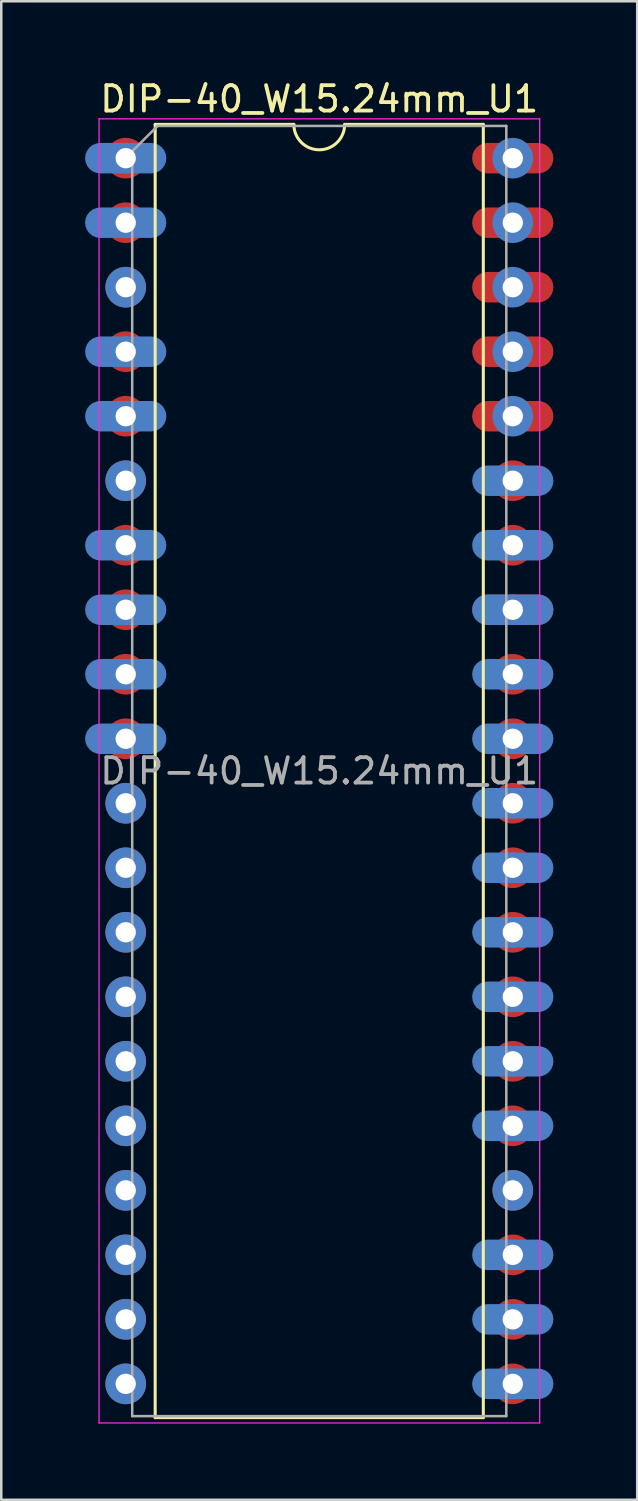
<source format=kicad_pcb>
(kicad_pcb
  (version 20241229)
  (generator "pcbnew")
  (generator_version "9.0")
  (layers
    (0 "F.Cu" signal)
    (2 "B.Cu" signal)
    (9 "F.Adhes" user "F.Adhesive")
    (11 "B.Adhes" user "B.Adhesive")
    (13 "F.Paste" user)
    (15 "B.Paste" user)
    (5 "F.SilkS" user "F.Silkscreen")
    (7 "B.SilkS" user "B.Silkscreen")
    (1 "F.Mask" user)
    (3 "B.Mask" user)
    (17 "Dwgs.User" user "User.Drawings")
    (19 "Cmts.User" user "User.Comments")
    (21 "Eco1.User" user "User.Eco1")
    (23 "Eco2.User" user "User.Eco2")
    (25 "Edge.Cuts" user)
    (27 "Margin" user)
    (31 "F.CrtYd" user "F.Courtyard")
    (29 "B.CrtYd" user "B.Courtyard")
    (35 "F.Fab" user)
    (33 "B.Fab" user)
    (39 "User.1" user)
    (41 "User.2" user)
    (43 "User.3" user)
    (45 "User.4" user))
  (footprint "DIP-40_W15.24mm_U1"
    (layer "F.Cu")
    (at 1.9 3.178)
    (property "Reference" "DIP-40_W15.24mm_U1" (at 7.62 -2.33 0) (layer "F.SilkS") (effects (font (size 1 1) (thickness 0.15))))
    (attr through_hole)
    (fp_rect (start 1.2 0) (end -1.2 48.26) (stroke (width 0) (type solid)) (fill yes) (layer "F.Mask"))
    (fp_rect (start 16.44 12.7) (end 14.04 15.24) (stroke (width 0) (type solid)) (fill yes) (layer "F.Mask"))
    (fp_rect (start 16.44 20.32) (end 14.04 48.26) (stroke (width 0) (type solid)) (fill yes) (layer "F.Mask"))
    (fp_rect (start 17.14 -0.8) (end 13.34 0.8) (stroke (width 0) (type solid)) (fill yes) (layer "F.Mask"))
    (fp_rect (start 17.14 1.74) (end 13.34 3.34) (stroke (width 0) (type solid)) (fill yes) (layer "F.Mask"))
    (fp_rect (start 17.14 4.28) (end 13.34 5.88) (stroke (width 0) (type solid)) (fill yes) (layer "F.Mask"))
    (fp_rect (start 17.14 6.82) (end 13.34 8.42) (stroke (width 0) (type solid)) (fill yes) (layer "F.Mask"))
    (fp_rect (start 17.14 9.36) (end 13.34 10.96) (stroke (width 0) (type solid)) (fill yes) (layer "F.Mask"))
    (fp_rect (start 17.14 16.98) (end 13.34 18.58) (stroke (width 0) (type solid)) (fill yes) (layer "F.Mask"))
    (fp_circle (center 0 0) (end 1.2 0) (stroke (width 0) (type solid)) (fill yes) (layer "F.Mask"))
    (fp_circle (center 0 48.26) (end 1.2 48.26) (stroke (width 0) (type solid)) (fill yes) (layer "F.Mask"))
    (fp_circle (center 15.24 12.7) (end 16.44 12.7) (stroke (width 0) (type solid)) (fill yes) (layer "F.Mask"))
    (fp_circle (center 15.24 15.24) (end 16.44 15.24) (stroke (width 0) (type solid)) (fill yes) (layer "F.Mask"))
    (fp_circle (center 15.24 20.32) (end 16.44 20.32) (stroke (width 0) (type solid)) (fill yes) (layer "F.Mask"))
    (fp_circle (center 15.24 48.26) (end 16.44 48.26) (stroke (width 0) (type solid)) (fill yes) (layer "F.Mask"))
    (fp_rect (start -1.9 -0.8) (end 1.9 0.8) (stroke (width 0) (type solid)) (fill yes) (layer "B.Mask"))
    (fp_rect (start -1.9 1.74) (end 1.9 3.34) (stroke (width 0) (type solid)) (fill yes) (layer "B.Mask"))
    (fp_rect (start -1.9 4.28) (end 1.9 5.88) (stroke (width 0) (type solid)) (fill yes) (layer "B.Mask"))
    (fp_rect (start -1.9 6.82) (end 1.9 8.42) (stroke (width 0) (type solid)) (fill yes) (layer "B.Mask"))
    (fp_rect (start -1.9 9.36) (end 1.9 10.96) (stroke (width 0) (type solid)) (fill yes) (layer "B.Mask"))
    (fp_rect (start -1.9 11.9) (end 1.9 13.5) (stroke (width 0) (type solid)) (fill yes) (layer "B.Mask"))
    (fp_rect (start -1.9 14.44) (end 1.9 16.04) (stroke (width 0) (type solid)) (fill yes) (layer "B.Mask"))
    (fp_rect (start -1.9 16.98) (end 1.9 18.58) (stroke (width 0) (type solid)) (fill yes) (layer "B.Mask"))
    (fp_rect (start -1.9 19.52) (end 1.9 21.12) (stroke (width 0) (type solid)) (fill yes) (layer "B.Mask"))
    (fp_rect (start -1.9 22.06) (end 1.9 23.66) (stroke (width 0) (type solid)) (fill yes) (layer "B.Mask"))
    (fp_rect (start -1.2 25.4) (end 1.2 48.26) (stroke (width 0) (type solid)) (fill yes) (layer "B.Mask"))
    (fp_rect (start 13.34 11.9) (end 17.14 13.5) (stroke (width 0) (type solid)) (fill yes) (layer "B.Mask"))
    (fp_rect (start 13.34 14.44) (end 17.14 16.04) (stroke (width 0) (type solid)) (fill yes) (layer "B.Mask"))
    (fp_rect (start 13.34 16.98) (end 17.14 18.58) (stroke (width 0) (type solid)) (fill yes) (layer "B.Mask"))
    (fp_rect (start 13.34 19.52) (end 17.14 21.12) (stroke (width 0) (type solid)) (fill yes) (layer "B.Mask"))
    (fp_rect (start 13.34 22.06) (end 17.14 23.66) (stroke (width 0) (type solid)) (fill yes) (layer "B.Mask"))
    (fp_rect (start 13.34 24.6) (end 17.14 26.2) (stroke (width 0) (type solid)) (fill yes) (layer "B.Mask"))
    (fp_rect (start 13.34 27.14) (end 17.14 28.74) (stroke (width 0) (type solid)) (fill yes) (layer "B.Mask"))
    (fp_rect (start 13.34 29.68) (end 17.14 31.28) (stroke (width 0) (type solid)) (fill yes) (layer "B.Mask"))
    (fp_rect (start 13.34 32.22) (end 17.14 33.82) (stroke (width 0) (type solid)) (fill yes) (layer "B.Mask"))
    (fp_rect (start 13.34 34.76) (end 17.14 36.36) (stroke (width 0) (type solid)) (fill yes) (layer "B.Mask"))
    (fp_rect (start 13.34 37.3) (end 17.14 38.9) (stroke (width 0) (type solid)) (fill yes) (layer "B.Mask"))
    (fp_rect (start 13.34 39.84) (end 17.14 41.44) (stroke (width 0) (type solid)) (fill yes) (layer "B.Mask"))
    (fp_rect (start 13.34 42.38) (end 17.14 43.98) (stroke (width 0) (type solid)) (fill yes) (layer "B.Mask"))
    (fp_rect (start 13.34 44.92) (end 17.14 46.52) (stroke (width 0) (type solid)) (fill yes) (layer "B.Mask"))
    (fp_rect (start 13.34 47.46) (end 17.14 49.06) (stroke (width 0) (type solid)) (fill yes) (layer "B.Mask"))
    (fp_rect (start 14.04 0) (end 16.44 10.16) (stroke (width 0) (type solid)) (fill yes) (layer "B.Mask"))
    (fp_circle (center 0 25.4) (end 1.2 25.4) (stroke (width 0) (type solid)) (fill yes) (layer "B.Mask"))
    (fp_circle (center 0 48.26) (end 1.2 48.26) (stroke (width 0) (type solid)) (fill yes) (layer "B.Mask"))
    (fp_circle (center 15.24 0) (end 16.44 0) (stroke (width 0) (type solid)) (fill yes) (layer "B.Mask"))
    (fp_circle (center 15.24 10.16) (end 16.44 10.16) (stroke (width 0) (type solid)) (fill yes) (layer "B.Mask"))
    (fp_line (start 1.16 -1.33) (end 1.16 49.59) (stroke (width 0.12) (type solid)) (layer "F.SilkS"))
    (fp_line (start 1.16 49.59) (end 14.08 49.59) (stroke (width 0.12) (type solid)) (layer "F.SilkS"))
    (fp_line (start 6.62 -1.33) (end 1.16 -1.33) (stroke (width 0.12) (type solid)) (layer "F.SilkS"))
    (fp_line (start 14.08 -1.33) (end 8.62 -1.33) (stroke (width 0.12) (type solid)) (layer "F.SilkS"))
    (fp_line (start 14.08 49.59) (end 14.08 -1.33) (stroke (width 0.12) (type solid)) (layer "F.SilkS"))
    (fp_arc (start 8.62 -1.33) (mid 7.62 -0.33) (end 6.62 -1.33) (stroke (width 0.12) (type solid)) (layer "F.SilkS"))
    (fp_line (start -1.05 -1.55) (end -1.05 49.8) (stroke (width 0.05) (type solid)) (layer "F.CrtYd"))
    (fp_line (start -1.05 49.8) (end 16.3 49.8) (stroke (width 0.05) (type solid)) (layer "F.CrtYd"))
    (fp_line (start 16.3 -1.55) (end -1.05 -1.55) (stroke (width 0.05) (type solid)) (layer "F.CrtYd"))
    (fp_line (start 16.3 49.8) (end 16.3 -1.55) (stroke (width 0.05) (type solid)) (layer "F.CrtYd"))
    (fp_line (start 0.255 -0.27) (end 1.255 -1.27) (stroke (width 0.1) (type solid)) (layer "F.Fab"))
    (fp_line (start 0.255 49.53) (end 0.255 -0.27) (stroke (width 0.1) (type solid)) (layer "F.Fab"))
    (fp_line (start 1.255 -1.27) (end 14.985 -1.27) (stroke (width 0.1) (type solid)) (layer "F.Fab"))
    (fp_line (start 14.985 -1.27) (end 14.985 49.53) (stroke (width 0.1) (type solid)) (layer "F.Fab"))
    (fp_line (start 14.985 49.53) (end 0.255 49.53) (stroke (width 0.1) (type solid)) (layer "F.Fab"))
    (fp_text user "${REFERENCE}" (at 7.62 24.13 0) (layer "F.Fab") (effects (font (size 1 1) (thickness 0.15))))
    (pad "1" thru_hole oval (at 0 0) (size 1.2 1.2) (drill 0.8) (layers "*.Cu" "*.Mask"))
    (pad "1" smd circle (at 0 0) (size 1.6 1.6) (layers "F.Cu"))
    (pad "1" smd roundrect (at 0 0) (size 3.2 1.2) (layers "B.Cu") (roundrect_rratio 0.5))
    (pad "2" thru_hole oval (at 0 2.54) (size 1.2 1.2) (drill 0.8) (layers "*.Cu" "*.Mask"))
    (pad "2" smd circle (at 0 2.54) (size 1.6 1.6) (layers "F.Cu"))
    (pad "2" smd roundrect (at 0 2.54) (size 3.2 1.2) (layers "B.Cu") (roundrect_rratio 0.5))
    (pad "3" thru_hole oval (at 0 5.08) (size 1.6 1.6) (drill 0.8) (layers "*.Cu" "*.Mask"))
    (pad "4" thru_hole oval (at 0 7.62) (size 1.2 1.2) (drill 0.8) (layers "*.Cu" "*.Mask"))
    (pad "4" smd circle (at 0 7.62) (size 1.6 1.6) (layers "F.Cu"))
    (pad "4" smd roundrect (at 0 7.62) (size 3.2 1.2) (layers "B.Cu") (roundrect_rratio 0.5))
    (pad "5" thru_hole oval (at 0 10.16) (size 1.2 1.2) (drill 0.8) (layers "*.Cu" "*.Mask"))
    (pad "5" smd circle (at 0 10.16) (size 1.6 1.6) (layers "F.Cu"))
    (pad "5" smd roundrect (at 0 10.16) (size 3.2 1.2) (layers "B.Cu") (roundrect_rratio 0.5))
    (pad "6" thru_hole oval (at 0 12.7) (size 1.6 1.6) (drill 0.8) (layers "*.Cu" "*.Mask"))
    (pad "7" thru_hole oval (at 0 15.24) (size 1.2 1.2) (drill 0.8) (layers "*.Cu" "*.Mask"))
    (pad "7" smd circle (at 0 15.24) (size 1.6 1.6) (layers "F.Cu"))
    (pad "7" smd roundrect (at 0 15.24) (size 3.2 1.2) (layers "B.Cu") (roundrect_rratio 0.5))
    (pad "8" thru_hole oval (at 0 17.78) (size 1.2 1.2) (drill 0.8) (layers "*.Cu" "*.Mask"))
    (pad "8" smd circle (at 0 17.78) (size 1.6 1.6) (layers "F.Cu"))
    (pad "8" smd roundrect (at 0 17.78) (size 3.2 1.2) (layers "B.Cu") (roundrect_rratio 0.5))
    (pad "9" thru_hole oval (at 0 20.32) (size 1.2 1.2) (drill 0.8) (layers "*.Cu" "*.Mask"))
    (pad "9" smd circle (at 0 20.32) (size 1.6 1.6) (layers "F.Cu"))
    (pad "9" smd roundrect (at 0 20.32) (size 3.2 1.2) (layers "B.Cu") (roundrect_rratio 0.5))
    (pad "10" thru_hole oval (at 0 22.86) (size 1.2 1.2) (drill 0.8) (layers "*.Cu" "*.Mask"))
    (pad "10" smd circle (at 0 22.86) (size 1.6 1.6) (layers "F.Cu"))
    (pad "10" smd roundrect (at 0 22.86) (size 3.2 1.2) (layers "B.Cu") (roundrect_rratio 0.5))
    (pad "11" thru_hole oval (at 0 25.4) (size 1.6 1.6) (drill 0.8) (layers "*.Cu" "*.Mask"))
    (pad "12" thru_hole oval (at 0 27.94) (size 1.6 1.6) (drill 0.8) (layers "*.Cu" "*.Mask"))
    (pad "13" thru_hole oval (at 0 30.48) (size 1.6 1.6) (drill 0.8) (layers "*.Cu" "*.Mask"))
    (pad "14" thru_hole oval (at 0 33.02) (size 1.6 1.6) (drill 0.8) (layers "*.Cu" "*.Mask"))
    (pad "15" thru_hole oval (at 0 35.56) (size 1.6 1.6) (drill 0.8) (layers "*.Cu" "*.Mask"))
    (pad "16" thru_hole oval (at 0 38.1) (size 1.6 1.6) (drill 0.8) (layers "*.Cu" "*.Mask"))
    (pad "17" thru_hole oval (at 0 40.64) (size 1.6 1.6) (drill 0.8) (layers "*.Cu" "*.Mask"))
    (pad "18" thru_hole oval (at 0 43.18) (size 1.6 1.6) (drill 0.8) (layers "*.Cu" "*.Mask"))
    (pad "19" thru_hole oval (at 0 45.72) (size 1.6 1.6) (drill 0.8) (layers "*.Cu" "*.Mask"))
    (pad "20" thru_hole oval (at 0 48.26) (size 1.6 1.6) (drill 0.8) (layers "*.Cu" "*.Mask"))
    (pad "21" thru_hole oval (at 15.24 48.26) (size 1.2 1.2) (drill 0.8) (layers "*.Cu" "*.Mask"))
    (pad "21" smd circle (at 15.24 48.26) (size 1.6 1.6) (layers "F.Cu"))
    (pad "21" smd roundrect (at 15.24 48.26) (size 3.2 1.2) (layers "B.Cu") (roundrect_rratio 0.5))
    (pad "22" thru_hole oval (at 15.24 45.72) (size 1.2 1.2) (drill 0.8) (layers "*.Cu" "*.Mask"))
    (pad "22" smd circle (at 15.24 45.72) (size 1.6 1.6) (layers "F.Cu"))
    (pad "22" smd roundrect (at 15.24 45.72) (size 3.2 1.2) (layers "B.Cu") (roundrect_rratio 0.5))
    (pad "23" thru_hole oval (at 15.24 43.18) (size 1.2 1.2) (drill 0.8) (layers "*.Cu" "*.Mask"))
    (pad "23" smd circle (at 15.24 43.18) (size 1.6 1.6) (layers "F.Cu"))
    (pad "23" smd roundrect (at 15.24 43.18) (size 3.2 1.2) (layers "B.Cu") (roundrect_rratio 0.5))
    (pad "24" thru_hole oval (at 15.24 40.64) (size 1.6 1.6) (drill 0.8) (layers "*.Cu" "*.Mask"))
    (pad "25" thru_hole oval (at 15.24 38.1) (size 1.2 1.2) (drill 0.8) (layers "*.Cu" "*.Mask"))
    (pad "25" smd circle (at 15.24 38.1) (size 1.6 1.6) (layers "F.Cu"))
    (pad "25" smd roundrect (at 15.24 38.1) (size 3.2 1.2) (layers "B.Cu") (roundrect_rratio 0.5))
    (pad "26" thru_hole oval (at 15.24 35.56) (size 1.2 1.2) (drill 0.8) (layers "*.Cu" "*.Mask"))
    (pad "26" smd circle (at 15.24 35.56) (size 1.6 1.6) (layers "F.Cu"))
    (pad "26" smd roundrect (at 15.24 35.56) (size 3.2 1.2) (layers "B.Cu") (roundrect_rratio 0.5))
    (pad "27" thru_hole oval (at 15.24 33.02) (size 1.2 1.2) (drill 0.8) (layers "*.Cu" "*.Mask"))
    (pad "27" smd circle (at 15.24 33.02) (size 1.6 1.6) (layers "F.Cu"))
    (pad "27" smd roundrect (at 15.24 33.02) (size 3.2 1.2) (layers "B.Cu") (roundrect_rratio 0.5))
    (pad "28" thru_hole oval (at 15.24 30.48) (size 1.2 1.2) (drill 0.8) (layers "*.Cu" "*.Mask"))
    (pad "28" smd circle (at 15.24 30.48) (size 1.6 1.6) (layers "F.Cu"))
    (pad "28" smd roundrect (at 15.24 30.48) (size 3.2 1.2) (layers "B.Cu") (roundrect_rratio 0.5))
    (pad "29" thru_hole oval (at 15.24 27.94) (size 1.2 1.2) (drill 0.8) (layers "*.Cu" "*.Mask"))
    (pad "29" smd circle (at 15.24 27.94) (size 1.6 1.6) (layers "F.Cu"))
    (pad "29" smd roundrect (at 15.24 27.94) (size 3.2 1.2) (layers "B.Cu") (roundrect_rratio 0.5))
    (pad "30" thru_hole oval (at 15.24 25.4) (size 1.2 1.2) (drill 0.8) (layers "*.Cu" "*.Mask"))
    (pad "30" smd circle (at 15.24 25.4) (size 1.6 1.6) (layers "F.Cu"))
    (pad "30" smd roundrect (at 15.24 25.4) (size 3.2 1.2) (layers "B.Cu") (roundrect_rratio 0.5))
    (pad "31" thru_hole oval (at 15.24 22.86) (size 1.2 1.2) (drill 0.8) (layers "*.Cu" "*.Mask"))
    (pad "31" smd circle (at 15.24 22.86) (size 1.6 1.6) (layers "F.Cu"))
    (pad "31" smd roundrect (at 15.24 22.86) (size 3.2 1.2) (layers "B.Cu") (roundrect_rratio 0.5))
    (pad "32" thru_hole oval (at 15.24 20.32) (size 1.2 1.2) (drill 0.8) (layers "*.Cu" "*.Mask"))
    (pad "32" smd circle (at 15.24 20.32) (size 1.6 1.6) (layers "F.Cu"))
    (pad "32" smd roundrect (at 15.24 20.32) (size 3.2 1.2) (layers "B.Cu") (roundrect_rratio 0.5))
    (pad "33" thru_hole oval (at 15.24 17.78) (size 1.2 1.2) (drill 0.8) (layers "*.Cu" "*.Mask"))
    (pad "33" smd roundrect (at 15.24 17.78) (size 3.2 1.2) (layers "F.Cu" "F.Mask") (roundrect_rratio 0.5))
    (pad "33" smd roundrect (at 15.24 17.78) (size 3.2 1.2) (layers "B.Cu") (roundrect_rratio 0.5))
    (pad "34" thru_hole oval (at 15.24 15.24) (size 1.2 1.2) (drill 0.8) (layers "*.Cu" "*.Mask"))
    (pad "34" smd circle (at 15.24 15.24) (size 1.6 1.6) (layers "F.Cu"))
    (pad "34" smd roundrect (at 15.24 15.24) (size 3.2 1.2) (layers "B.Cu") (roundrect_rratio 0.5))
    (pad "35" thru_hole oval (at 15.24 12.7) (size 1.2 1.2) (drill 0.8) (layers "*.Cu" "*.Mask"))
    (pad "35" smd circle (at 15.24 12.7) (size 1.6 1.6) (layers "F.Cu"))
    (pad "35" smd roundrect (at 15.24 12.7) (size 3.2 1.2) (layers "B.Cu") (roundrect_rratio 0.5))
    (pad "36" thru_hole oval (at 15.24 10.16) (size 1.2 1.2) (drill 0.8) (layers "*.Cu" "*.Mask"))
    (pad "36" smd circle (at 15.24 10.16) (size 1.6 1.6) (layers "B.Cu"))
    (pad "36" smd roundrect (at 15.24 10.16) (size 3.2 1.2) (layers "F.Cu" "F.Mask") (roundrect_rratio 0.5))
    (pad "37" thru_hole oval (at 15.24 7.62) (size 1.2 1.2) (drill 0.8) (layers "*.Cu" "*.Mask"))
    (pad "37" smd circle (at 15.24 7.62) (size 1.6 1.6) (layers "B.Cu"))
    (pad "37" smd roundrect (at 15.24 7.62) (size 3.2 1.2) (layers "F.Cu" "F.Mask") (roundrect_rratio 0.5))
    (pad "38" thru_hole oval (at 15.24 5.08) (size 1.2 1.2) (drill 0.8) (layers "*.Cu" "*.Mask"))
    (pad "38" smd circle (at 15.24 5.08) (size 1.6 1.6) (layers "B.Cu"))
    (pad "38" smd roundrect (at 15.24 5.08) (size 3.2 1.2) (layers "F.Cu" "F.Mask") (roundrect_rratio 0.5))
    (pad "39" thru_hole oval (at 15.24 2.54) (size 1.2 1.2) (drill 0.8) (layers "*.Cu" "*.Mask"))
    (pad "39" smd circle (at 15.24 2.54) (size 1.6 1.6) (layers "B.Cu"))
    (pad "39" smd roundrect (at 15.24 2.54) (size 3.2 1.2) (layers "F.Cu" "F.Mask") (roundrect_rratio 0.5))
    (pad "40" thru_hole oval (at 15.24 0) (size 1.2 1.2) (drill 0.8) (layers "*.Cu" "*.Mask"))
    (pad "40" smd circle (at 15.24 0) (size 1.6 1.6) (layers "B.Cu"))
    (pad "40" smd roundrect (at 15.24 0) (size 3.2 1.2) (layers "F.Cu" "F.Mask") (roundrect_rratio 0.5)))
  (gr_rect
    (start -3 -3)
    (end 22.04 56.003)
    (stroke (width 0.1) (type default))
    (fill no)
    (layer "Edge.Cuts")))
</source>
